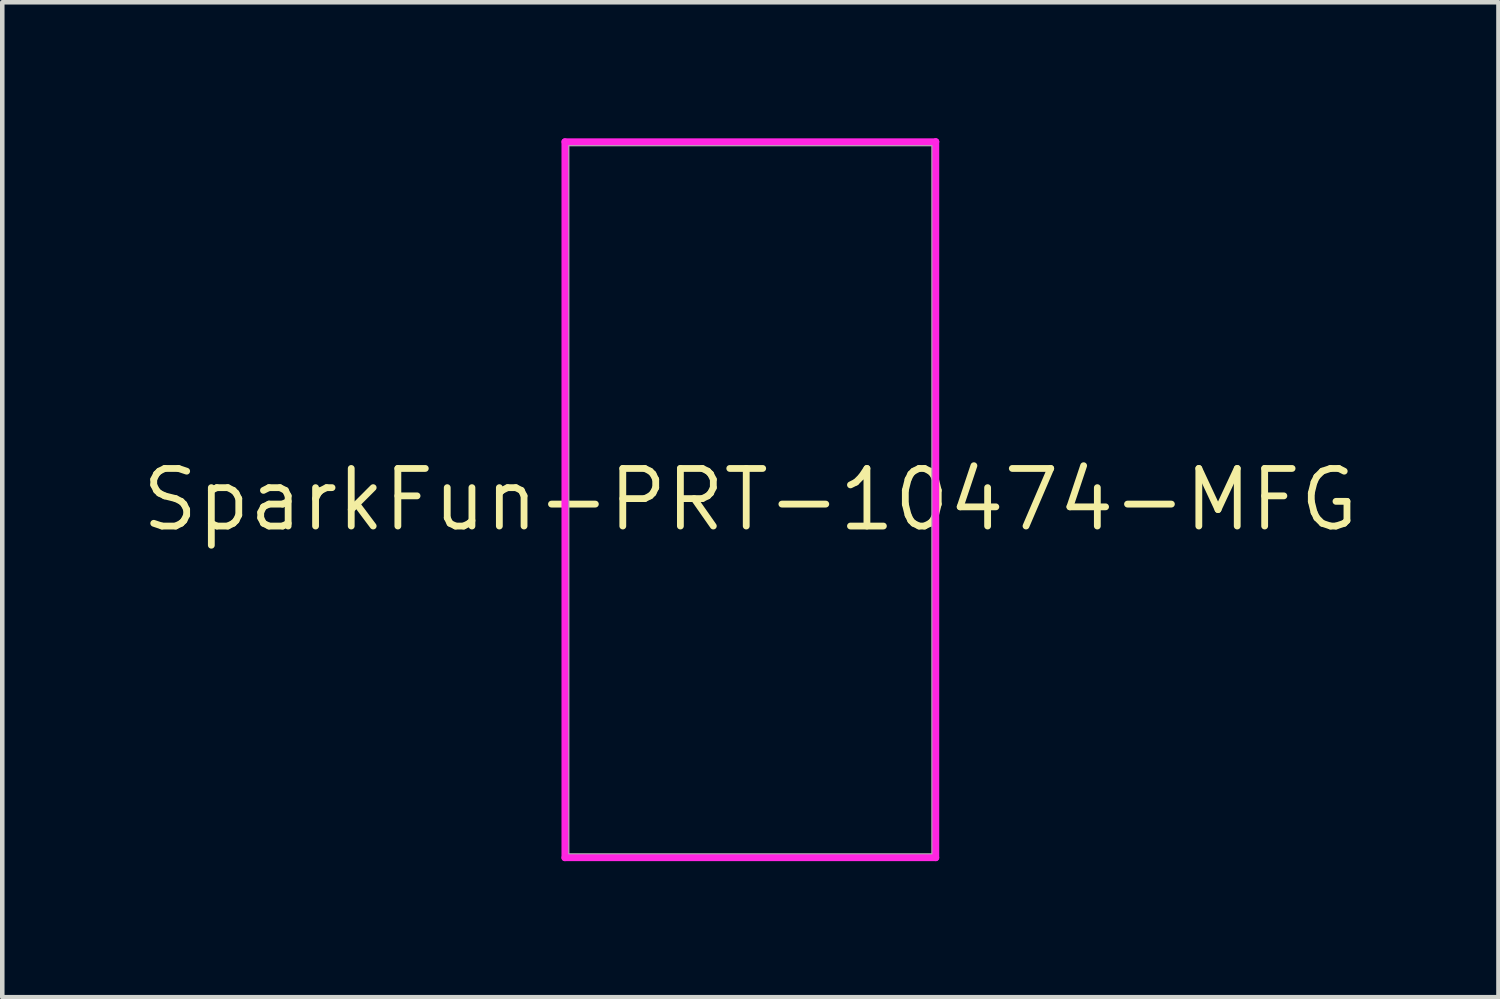
<source format=kicad_pcb>
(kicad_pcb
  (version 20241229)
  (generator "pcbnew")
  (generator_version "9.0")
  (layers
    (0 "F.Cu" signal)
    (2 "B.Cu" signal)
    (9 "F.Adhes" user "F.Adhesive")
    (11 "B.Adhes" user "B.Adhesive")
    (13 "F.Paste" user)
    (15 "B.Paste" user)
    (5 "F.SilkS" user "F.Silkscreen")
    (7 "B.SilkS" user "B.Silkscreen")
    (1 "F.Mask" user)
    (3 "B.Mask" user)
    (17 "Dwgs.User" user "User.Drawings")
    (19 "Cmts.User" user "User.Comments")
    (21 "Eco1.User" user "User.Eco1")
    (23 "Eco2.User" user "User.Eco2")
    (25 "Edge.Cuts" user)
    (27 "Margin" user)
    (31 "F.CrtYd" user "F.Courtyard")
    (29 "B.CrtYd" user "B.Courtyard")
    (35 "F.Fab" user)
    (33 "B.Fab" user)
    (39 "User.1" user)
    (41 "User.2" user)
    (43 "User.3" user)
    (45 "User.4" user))
  (footprint "SparkFun-PRT-10474-MFG"
    (layer "F.Cu")
    (at 13.493 7.968)
    (property "Reference" "SparkFun-PRT-10474-MFG" (at 0 0 0) (layer "F.SilkS") (effects (font (size 1.27 1.27) (thickness 0.15))))
    (attr through_hole)
    (fp_line (start -4.089 -7.893) (end -4.089 7.893) (stroke (width 0.15) (type solid)) (layer "F.CrtYd"))
    (fp_line (start -4.089 7.893) (end 4.089 7.893) (stroke (width 0.15) (type solid)) (layer "F.CrtYd"))
    (fp_line (start 4.089 -7.893) (end -4.089 -7.893) (stroke (width 0.15) (type solid)) (layer "F.CrtYd"))
    (fp_line (start 4.089 -7.893) (end 4.089 -7.893) (stroke (width 0.15) (type solid)) (layer "F.CrtYd"))
    (fp_line (start 4.089 7.893) (end 4.089 -7.893) (stroke (width 0.15) (type solid)) (layer "F.CrtYd"))
    (fp_line (start -4.064 -7.867) (end 4.064 -7.867) (stroke (width 0.15) (type solid)) (layer "F.Fab"))
    (fp_line (start -4.064 7.867) (end -4.064 -7.867) (stroke (width 0.15) (type solid)) (layer "F.Fab"))
    (fp_line (start 4.064 -7.867) (end 4.064 7.867) (stroke (width 0.15) (type solid)) (layer "F.Fab"))
    (fp_line (start 4.064 7.867) (end -4.064 7.867) (stroke (width 0.15) (type solid)) (layer "F.Fab")))
  (gr_rect
    (start -3 -3)
    (end 29.987 18.935)
    (stroke (width 0.1) (type default))
    (fill no)
    (layer "Edge.Cuts")))
</source>
